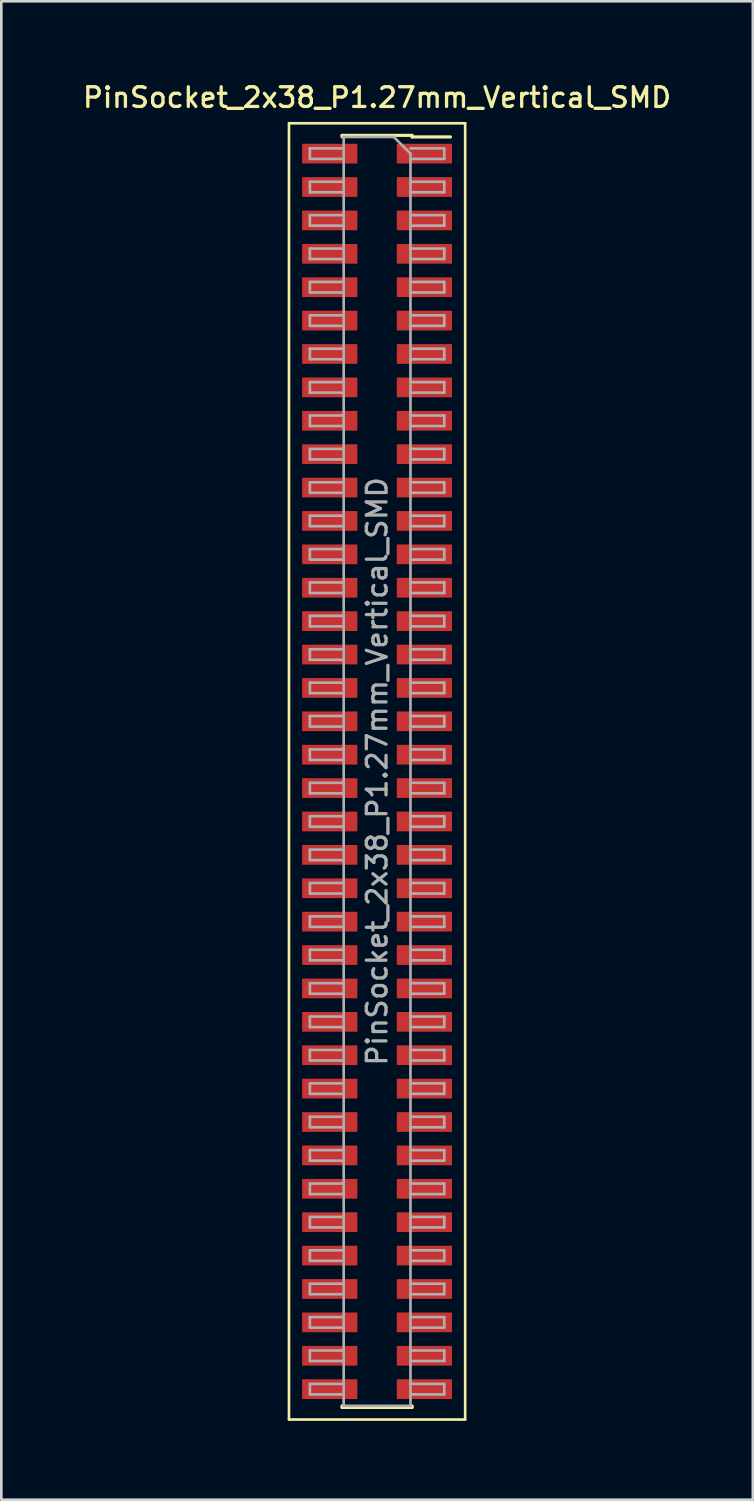
<source format=kicad_pcb>
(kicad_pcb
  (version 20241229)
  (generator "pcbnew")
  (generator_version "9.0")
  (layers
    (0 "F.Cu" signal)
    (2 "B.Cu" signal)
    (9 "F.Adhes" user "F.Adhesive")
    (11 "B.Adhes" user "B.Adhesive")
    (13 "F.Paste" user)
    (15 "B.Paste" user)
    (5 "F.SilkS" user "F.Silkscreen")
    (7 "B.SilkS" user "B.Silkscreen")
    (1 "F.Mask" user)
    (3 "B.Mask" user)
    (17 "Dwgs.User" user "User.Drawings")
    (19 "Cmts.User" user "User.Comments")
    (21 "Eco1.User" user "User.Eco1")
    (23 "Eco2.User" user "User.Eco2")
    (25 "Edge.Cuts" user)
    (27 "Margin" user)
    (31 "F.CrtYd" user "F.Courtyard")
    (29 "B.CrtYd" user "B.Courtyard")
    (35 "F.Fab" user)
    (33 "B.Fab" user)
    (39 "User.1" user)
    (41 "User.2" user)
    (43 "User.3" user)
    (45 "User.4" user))
  (footprint "PinSocket_2x38_P1.27mm_Vertical_SMD"
    (layer "F.Cu")
    (at 11.291 26.288)
    (property "Reference" "PinSocket_2x38_P1.27mm_Vertical_SMD" (at 0 -25.63 0) (layer "F.SilkS") (effects (font (size 0.75 0.75) (thickness 0.125))))
    (attr smd)
    (fp_line (start -3.35 -24.65) (end 3.35 -24.65) (stroke (width 0.1) (type solid)) (layer "F.SilkS"))
    (fp_line (start -3.35 24.65) (end -3.35 -24.65) (stroke (width 0.1) (type solid)) (layer "F.SilkS"))
    (fp_line (start -1.33 -24.19) (end -1.33 -24.13) (stroke (width 0.12) (type solid)) (layer "F.SilkS"))
    (fp_line (start -1.33 -24.19) (end 1.33 -24.19) (stroke (width 0.12) (type solid)) (layer "F.SilkS"))
    (fp_line (start -1.33 24.13) (end -1.33 24.19) (stroke (width 0.12) (type solid)) (layer "F.SilkS"))
    (fp_line (start -1.33 24.19) (end 1.33 24.19) (stroke (width 0.12) (type solid)) (layer "F.SilkS"))
    (fp_line (start 1.33 -24.19) (end 1.33 -24.13) (stroke (width 0.12) (type solid)) (layer "F.SilkS"))
    (fp_line (start 1.33 -24.13) (end 2.79 -24.13) (stroke (width 0.12) (type solid)) (layer "F.SilkS"))
    (fp_line (start 1.33 24.13) (end 1.33 24.19) (stroke (width 0.12) (type solid)) (layer "F.SilkS"))
    (fp_line (start 3.35 -24.65) (end 3.35 24.65) (stroke (width 0.1) (type solid)) (layer "F.SilkS"))
    (fp_line (start 3.35 24.65) (end -3.35 24.65) (stroke (width 0.1) (type solid)) (layer "F.SilkS"))
    (fp_line (start -2.555 -23.695) (end -1.27 -23.695) (stroke (width 0.1) (type solid)) (layer "F.Fab"))
    (fp_line (start -2.555 -23.295) (end -2.555 -23.695) (stroke (width 0.1) (type solid)) (layer "F.Fab"))
    (fp_line (start -2.555 -22.425) (end -1.27 -22.425) (stroke (width 0.1) (type solid)) (layer "F.Fab"))
    (fp_line (start -2.555 -22.025) (end -2.555 -22.425) (stroke (width 0.1) (type solid)) (layer "F.Fab"))
    (fp_line (start -2.555 -21.155) (end -1.27 -21.155) (stroke (width 0.1) (type solid)) (layer "F.Fab"))
    (fp_line (start -2.555 -20.755) (end -2.555 -21.155) (stroke (width 0.1) (type solid)) (layer "F.Fab"))
    (fp_line (start -2.555 -19.885) (end -1.27 -19.885) (stroke (width 0.1) (type solid)) (layer "F.Fab"))
    (fp_line (start -2.555 -19.485) (end -2.555 -19.885) (stroke (width 0.1) (type solid)) (layer "F.Fab"))
    (fp_line (start -2.555 -18.615) (end -1.27 -18.615) (stroke (width 0.1) (type solid)) (layer "F.Fab"))
    (fp_line (start -2.555 -18.215) (end -2.555 -18.615) (stroke (width 0.1) (type solid)) (layer "F.Fab"))
    (fp_line (start -2.555 -17.345) (end -1.27 -17.345) (stroke (width 0.1) (type solid)) (layer "F.Fab"))
    (fp_line (start -2.555 -16.945) (end -2.555 -17.345) (stroke (width 0.1) (type solid)) (layer "F.Fab"))
    (fp_line (start -2.555 -16.075) (end -1.27 -16.075) (stroke (width 0.1) (type solid)) (layer "F.Fab"))
    (fp_line (start -2.555 -15.675) (end -2.555 -16.075) (stroke (width 0.1) (type solid)) (layer "F.Fab"))
    (fp_line (start -2.555 -14.805) (end -1.27 -14.805) (stroke (width 0.1) (type solid)) (layer "F.Fab"))
    (fp_line (start -2.555 -14.405) (end -2.555 -14.805) (stroke (width 0.1) (type solid)) (layer "F.Fab"))
    (fp_line (start -2.555 -13.535) (end -1.27 -13.535) (stroke (width 0.1) (type solid)) (layer "F.Fab"))
    (fp_line (start -2.555 -13.135) (end -2.555 -13.535) (stroke (width 0.1) (type solid)) (layer "F.Fab"))
    (fp_line (start -2.555 -12.265) (end -1.27 -12.265) (stroke (width 0.1) (type solid)) (layer "F.Fab"))
    (fp_line (start -2.555 -11.865) (end -2.555 -12.265) (stroke (width 0.1) (type solid)) (layer "F.Fab"))
    (fp_line (start -2.555 -10.995) (end -1.27 -10.995) (stroke (width 0.1) (type solid)) (layer "F.Fab"))
    (fp_line (start -2.555 -10.595) (end -2.555 -10.995) (stroke (width 0.1) (type solid)) (layer "F.Fab"))
    (fp_line (start -2.555 -9.725) (end -1.27 -9.725) (stroke (width 0.1) (type solid)) (layer "F.Fab"))
    (fp_line (start -2.555 -9.325) (end -2.555 -9.725) (stroke (width 0.1) (type solid)) (layer "F.Fab"))
    (fp_line (start -2.555 -8.455) (end -1.27 -8.455) (stroke (width 0.1) (type solid)) (layer "F.Fab"))
    (fp_line (start -2.555 -8.055) (end -2.555 -8.455) (stroke (width 0.1) (type solid)) (layer "F.Fab"))
    (fp_line (start -2.555 -7.185) (end -1.27 -7.185) (stroke (width 0.1) (type solid)) (layer "F.Fab"))
    (fp_line (start -2.555 -6.785) (end -2.555 -7.185) (stroke (width 0.1) (type solid)) (layer "F.Fab"))
    (fp_line (start -2.555 -5.915) (end -1.27 -5.915) (stroke (width 0.1) (type solid)) (layer "F.Fab"))
    (fp_line (start -2.555 -5.515) (end -2.555 -5.915) (stroke (width 0.1) (type solid)) (layer "F.Fab"))
    (fp_line (start -2.555 -4.645) (end -1.27 -4.645) (stroke (width 0.1) (type solid)) (layer "F.Fab"))
    (fp_line (start -2.555 -4.245) (end -2.555 -4.645) (stroke (width 0.1) (type solid)) (layer "F.Fab"))
    (fp_line (start -2.555 -3.375) (end -1.27 -3.375) (stroke (width 0.1) (type solid)) (layer "F.Fab"))
    (fp_line (start -2.555 -2.975) (end -2.555 -3.375) (stroke (width 0.1) (type solid)) (layer "F.Fab"))
    (fp_line (start -2.555 -2.105) (end -1.27 -2.105) (stroke (width 0.1) (type solid)) (layer "F.Fab"))
    (fp_line (start -2.555 -1.705) (end -2.555 -2.105) (stroke (width 0.1) (type solid)) (layer "F.Fab"))
    (fp_line (start -2.555 -0.835) (end -1.27 -0.835) (stroke (width 0.1) (type solid)) (layer "F.Fab"))
    (fp_line (start -2.555 -0.435) (end -2.555 -0.835) (stroke (width 0.1) (type solid)) (layer "F.Fab"))
    (fp_line (start -2.555 0.435) (end -1.27 0.435) (stroke (width 0.1) (type solid)) (layer "F.Fab"))
    (fp_line (start -2.555 0.835) (end -2.555 0.435) (stroke (width 0.1) (type solid)) (layer "F.Fab"))
    (fp_line (start -2.555 1.705) (end -1.27 1.705) (stroke (width 0.1) (type solid)) (layer "F.Fab"))
    (fp_line (start -2.555 2.105) (end -2.555 1.705) (stroke (width 0.1) (type solid)) (layer "F.Fab"))
    (fp_line (start -2.555 2.975) (end -1.27 2.975) (stroke (width 0.1) (type solid)) (layer "F.Fab"))
    (fp_line (start -2.555 3.375) (end -2.555 2.975) (stroke (width 0.1) (type solid)) (layer "F.Fab"))
    (fp_line (start -2.555 4.245) (end -1.27 4.245) (stroke (width 0.1) (type solid)) (layer "F.Fab"))
    (fp_line (start -2.555 4.645) (end -2.555 4.245) (stroke (width 0.1) (type solid)) (layer "F.Fab"))
    (fp_line (start -2.555 5.515) (end -1.27 5.515) (stroke (width 0.1) (type solid)) (layer "F.Fab"))
    (fp_line (start -2.555 5.915) (end -2.555 5.515) (stroke (width 0.1) (type solid)) (layer "F.Fab"))
    (fp_line (start -2.555 6.785) (end -1.27 6.785) (stroke (width 0.1) (type solid)) (layer "F.Fab"))
    (fp_line (start -2.555 7.185) (end -2.555 6.785) (stroke (width 0.1) (type solid)) (layer "F.Fab"))
    (fp_line (start -2.555 8.055) (end -1.27 8.055) (stroke (width 0.1) (type solid)) (layer "F.Fab"))
    (fp_line (start -2.555 8.455) (end -2.555 8.055) (stroke (width 0.1) (type solid)) (layer "F.Fab"))
    (fp_line (start -2.555 9.325) (end -1.27 9.325) (stroke (width 0.1) (type solid)) (layer "F.Fab"))
    (fp_line (start -2.555 9.725) (end -2.555 9.325) (stroke (width 0.1) (type solid)) (layer "F.Fab"))
    (fp_line (start -2.555 10.595) (end -1.27 10.595) (stroke (width 0.1) (type solid)) (layer "F.Fab"))
    (fp_line (start -2.555 10.995) (end -2.555 10.595) (stroke (width 0.1) (type solid)) (layer "F.Fab"))
    (fp_line (start -2.555 11.865) (end -1.27 11.865) (stroke (width 0.1) (type solid)) (layer "F.Fab"))
    (fp_line (start -2.555 12.265) (end -2.555 11.865) (stroke (width 0.1) (type solid)) (layer "F.Fab"))
    (fp_line (start -2.555 13.135) (end -1.27 13.135) (stroke (width 0.1) (type solid)) (layer "F.Fab"))
    (fp_line (start -2.555 13.535) (end -2.555 13.135) (stroke (width 0.1) (type solid)) (layer "F.Fab"))
    (fp_line (start -2.555 14.405) (end -1.27 14.405) (stroke (width 0.1) (type solid)) (layer "F.Fab"))
    (fp_line (start -2.555 14.805) (end -2.555 14.405) (stroke (width 0.1) (type solid)) (layer "F.Fab"))
    (fp_line (start -2.555 15.675) (end -1.27 15.675) (stroke (width 0.1) (type solid)) (layer "F.Fab"))
    (fp_line (start -2.555 16.075) (end -2.555 15.675) (stroke (width 0.1) (type solid)) (layer "F.Fab"))
    (fp_line (start -2.555 16.945) (end -1.27 16.945) (stroke (width 0.1) (type solid)) (layer "F.Fab"))
    (fp_line (start -2.555 17.345) (end -2.555 16.945) (stroke (width 0.1) (type solid)) (layer "F.Fab"))
    (fp_line (start -2.555 18.215) (end -1.27 18.215) (stroke (width 0.1) (type solid)) (layer "F.Fab"))
    (fp_line (start -2.555 18.615) (end -2.555 18.215) (stroke (width 0.1) (type solid)) (layer "F.Fab"))
    (fp_line (start -2.555 19.485) (end -1.27 19.485) (stroke (width 0.1) (type solid)) (layer "F.Fab"))
    (fp_line (start -2.555 19.885) (end -2.555 19.485) (stroke (width 0.1) (type solid)) (layer "F.Fab"))
    (fp_line (start -2.555 20.755) (end -1.27 20.755) (stroke (width 0.1) (type solid)) (layer "F.Fab"))
    (fp_line (start -2.555 21.155) (end -2.555 20.755) (stroke (width 0.1) (type solid)) (layer "F.Fab"))
    (fp_line (start -2.555 22.025) (end -1.27 22.025) (stroke (width 0.1) (type solid)) (layer "F.Fab"))
    (fp_line (start -2.555 22.425) (end -2.555 22.025) (stroke (width 0.1) (type solid)) (layer "F.Fab"))
    (fp_line (start -2.555 23.295) (end -1.27 23.295) (stroke (width 0.1) (type solid)) (layer "F.Fab"))
    (fp_line (start -2.555 23.695) (end -2.555 23.295) (stroke (width 0.1) (type solid)) (layer "F.Fab"))
    (fp_line (start -1.27 -24.13) (end 0.635 -24.13) (stroke (width 0.1) (type solid)) (layer "F.Fab"))
    (fp_line (start -1.27 -23.295) (end -2.555 -23.295) (stroke (width 0.1) (type solid)) (layer "F.Fab"))
    (fp_line (start -1.27 -22.025) (end -2.555 -22.025) (stroke (width 0.1) (type solid)) (layer "F.Fab"))
    (fp_line (start -1.27 -20.755) (end -2.555 -20.755) (stroke (width 0.1) (type solid)) (layer "F.Fab"))
    (fp_line (start -1.27 -19.485) (end -2.555 -19.485) (stroke (width 0.1) (type solid)) (layer "F.Fab"))
    (fp_line (start -1.27 -18.215) (end -2.555 -18.215) (stroke (width 0.1) (type solid)) (layer "F.Fab"))
    (fp_line (start -1.27 -16.945) (end -2.555 -16.945) (stroke (width 0.1) (type solid)) (layer "F.Fab"))
    (fp_line (start -1.27 -15.675) (end -2.555 -15.675) (stroke (width 0.1) (type solid)) (layer "F.Fab"))
    (fp_line (start -1.27 -14.405) (end -2.555 -14.405) (stroke (width 0.1) (type solid)) (layer "F.Fab"))
    (fp_line (start -1.27 -13.135) (end -2.555 -13.135) (stroke (width 0.1) (type solid)) (layer "F.Fab"))
    (fp_line (start -1.27 -11.865) (end -2.555 -11.865) (stroke (width 0.1) (type solid)) (layer "F.Fab"))
    (fp_line (start -1.27 -10.595) (end -2.555 -10.595) (stroke (width 0.1) (type solid)) (layer "F.Fab"))
    (fp_line (start -1.27 -9.325) (end -2.555 -9.325) (stroke (width 0.1) (type solid)) (layer "F.Fab"))
    (fp_line (start -1.27 -8.055) (end -2.555 -8.055) (stroke (width 0.1) (type solid)) (layer "F.Fab"))
    (fp_line (start -1.27 -6.785) (end -2.555 -6.785) (stroke (width 0.1) (type solid)) (layer "F.Fab"))
    (fp_line (start -1.27 -5.515) (end -2.555 -5.515) (stroke (width 0.1) (type solid)) (layer "F.Fab"))
    (fp_line (start -1.27 -4.245) (end -2.555 -4.245) (stroke (width 0.1) (type solid)) (layer "F.Fab"))
    (fp_line (start -1.27 -2.975) (end -2.555 -2.975) (stroke (width 0.1) (type solid)) (layer "F.Fab"))
    (fp_line (start -1.27 -1.705) (end -2.555 -1.705) (stroke (width 0.1) (type solid)) (layer "F.Fab"))
    (fp_line (start -1.27 -0.435) (end -2.555 -0.435) (stroke (width 0.1) (type solid)) (layer "F.Fab"))
    (fp_line (start -1.27 0.835) (end -2.555 0.835) (stroke (width 0.1) (type solid)) (layer "F.Fab"))
    (fp_line (start -1.27 2.105) (end -2.555 2.105) (stroke (width 0.1) (type solid)) (layer "F.Fab"))
    (fp_line (start -1.27 3.375) (end -2.555 3.375) (stroke (width 0.1) (type solid)) (layer "F.Fab"))
    (fp_line (start -1.27 4.645) (end -2.555 4.645) (stroke (width 0.1) (type solid)) (layer "F.Fab"))
    (fp_line (start -1.27 5.915) (end -2.555 5.915) (stroke (width 0.1) (type solid)) (layer "F.Fab"))
    (fp_line (start -1.27 7.185) (end -2.555 7.185) (stroke (width 0.1) (type solid)) (layer "F.Fab"))
    (fp_line (start -1.27 8.455) (end -2.555 8.455) (stroke (width 0.1) (type solid)) (layer "F.Fab"))
    (fp_line (start -1.27 9.725) (end -2.555 9.725) (stroke (width 0.1) (type solid)) (layer "F.Fab"))
    (fp_line (start -1.27 10.995) (end -2.555 10.995) (stroke (width 0.1) (type solid)) (layer "F.Fab"))
    (fp_line (start -1.27 12.265) (end -2.555 12.265) (stroke (width 0.1) (type solid)) (layer "F.Fab"))
    (fp_line (start -1.27 13.535) (end -2.555 13.535) (stroke (width 0.1) (type solid)) (layer "F.Fab"))
    (fp_line (start -1.27 14.805) (end -2.555 14.805) (stroke (width 0.1) (type solid)) (layer "F.Fab"))
    (fp_line (start -1.27 16.075) (end -2.555 16.075) (stroke (width 0.1) (type solid)) (layer "F.Fab"))
    (fp_line (start -1.27 17.345) (end -2.555 17.345) (stroke (width 0.1) (type solid)) (layer "F.Fab"))
    (fp_line (start -1.27 18.615) (end -2.555 18.615) (stroke (width 0.1) (type solid)) (layer "F.Fab"))
    (fp_line (start -1.27 19.885) (end -2.555 19.885) (stroke (width 0.1) (type solid)) (layer "F.Fab"))
    (fp_line (start -1.27 21.155) (end -2.555 21.155) (stroke (width 0.1) (type solid)) (layer "F.Fab"))
    (fp_line (start -1.27 22.425) (end -2.555 22.425) (stroke (width 0.1) (type solid)) (layer "F.Fab"))
    (fp_line (start -1.27 23.695) (end -2.555 23.695) (stroke (width 0.1) (type solid)) (layer "F.Fab"))
    (fp_line (start -1.27 24.13) (end -1.27 -24.13) (stroke (width 0.1) (type solid)) (layer "F.Fab"))
    (fp_line (start 0.635 -24.13) (end 1.27 -23.495) (stroke (width 0.1) (type solid)) (layer "F.Fab"))
    (fp_line (start 1.27 -23.695) (end 2.555 -23.695) (stroke (width 0.1) (type solid)) (layer "F.Fab"))
    (fp_line (start 1.27 -23.495) (end 1.27 24.13) (stroke (width 0.1) (type solid)) (layer "F.Fab"))
    (fp_line (start 1.27 -22.425) (end 2.555 -22.425) (stroke (width 0.1) (type solid)) (layer "F.Fab"))
    (fp_line (start 1.27 -21.155) (end 2.555 -21.155) (stroke (width 0.1) (type solid)) (layer "F.Fab"))
    (fp_line (start 1.27 -19.885) (end 2.555 -19.885) (stroke (width 0.1) (type solid)) (layer "F.Fab"))
    (fp_line (start 1.27 -18.615) (end 2.555 -18.615) (stroke (width 0.1) (type solid)) (layer "F.Fab"))
    (fp_line (start 1.27 -17.345) (end 2.555 -17.345) (stroke (width 0.1) (type solid)) (layer "F.Fab"))
    (fp_line (start 1.27 -16.075) (end 2.555 -16.075) (stroke (width 0.1) (type solid)) (layer "F.Fab"))
    (fp_line (start 1.27 -14.805) (end 2.555 -14.805) (stroke (width 0.1) (type solid)) (layer "F.Fab"))
    (fp_line (start 1.27 -13.535) (end 2.555 -13.535) (stroke (width 0.1) (type solid)) (layer "F.Fab"))
    (fp_line (start 1.27 -12.265) (end 2.555 -12.265) (stroke (width 0.1) (type solid)) (layer "F.Fab"))
    (fp_line (start 1.27 -10.995) (end 2.555 -10.995) (stroke (width 0.1) (type solid)) (layer "F.Fab"))
    (fp_line (start 1.27 -9.725) (end 2.555 -9.725) (stroke (width 0.1) (type solid)) (layer "F.Fab"))
    (fp_line (start 1.27 -8.455) (end 2.555 -8.455) (stroke (width 0.1) (type solid)) (layer "F.Fab"))
    (fp_line (start 1.27 -7.185) (end 2.555 -7.185) (stroke (width 0.1) (type solid)) (layer "F.Fab"))
    (fp_line (start 1.27 -5.915) (end 2.555 -5.915) (stroke (width 0.1) (type solid)) (layer "F.Fab"))
    (fp_line (start 1.27 -4.645) (end 2.555 -4.645) (stroke (width 0.1) (type solid)) (layer "F.Fab"))
    (fp_line (start 1.27 -3.375) (end 2.555 -3.375) (stroke (width 0.1) (type solid)) (layer "F.Fab"))
    (fp_line (start 1.27 -2.105) (end 2.555 -2.105) (stroke (width 0.1) (type solid)) (layer "F.Fab"))
    (fp_line (start 1.27 -0.835) (end 2.555 -0.835) (stroke (width 0.1) (type solid)) (layer "F.Fab"))
    (fp_line (start 1.27 0.435) (end 2.555 0.435) (stroke (width 0.1) (type solid)) (layer "F.Fab"))
    (fp_line (start 1.27 1.705) (end 2.555 1.705) (stroke (width 0.1) (type solid)) (layer "F.Fab"))
    (fp_line (start 1.27 2.975) (end 2.555 2.975) (stroke (width 0.1) (type solid)) (layer "F.Fab"))
    (fp_line (start 1.27 4.245) (end 2.555 4.245) (stroke (width 0.1) (type solid)) (layer "F.Fab"))
    (fp_line (start 1.27 5.515) (end 2.555 5.515) (stroke (width 0.1) (type solid)) (layer "F.Fab"))
    (fp_line (start 1.27 6.785) (end 2.555 6.785) (stroke (width 0.1) (type solid)) (layer "F.Fab"))
    (fp_line (start 1.27 8.055) (end 2.555 8.055) (stroke (width 0.1) (type solid)) (layer "F.Fab"))
    (fp_line (start 1.27 9.325) (end 2.555 9.325) (stroke (width 0.1) (type solid)) (layer "F.Fab"))
    (fp_line (start 1.27 10.595) (end 2.555 10.595) (stroke (width 0.1) (type solid)) (layer "F.Fab"))
    (fp_line (start 1.27 11.865) (end 2.555 11.865) (stroke (width 0.1) (type solid)) (layer "F.Fab"))
    (fp_line (start 1.27 13.135) (end 2.555 13.135) (stroke (width 0.1) (type solid)) (layer "F.Fab"))
    (fp_line (start 1.27 14.405) (end 2.555 14.405) (stroke (width 0.1) (type solid)) (layer "F.Fab"))
    (fp_line (start 1.27 15.675) (end 2.555 15.675) (stroke (width 0.1) (type solid)) (layer "F.Fab"))
    (fp_line (start 1.27 16.945) (end 2.555 16.945) (stroke (width 0.1) (type solid)) (layer "F.Fab"))
    (fp_line (start 1.27 18.215) (end 2.555 18.215) (stroke (width 0.1) (type solid)) (layer "F.Fab"))
    (fp_line (start 1.27 19.485) (end 2.555 19.485) (stroke (width 0.1) (type solid)) (layer "F.Fab"))
    (fp_line (start 1.27 20.755) (end 2.555 20.755) (stroke (width 0.1) (type solid)) (layer "F.Fab"))
    (fp_line (start 1.27 22.025) (end 2.555 22.025) (stroke (width 0.1) (type solid)) (layer "F.Fab"))
    (fp_line (start 1.27 23.295) (end 2.555 23.295) (stroke (width 0.1) (type solid)) (layer "F.Fab"))
    (fp_line (start 1.27 24.13) (end -1.27 24.13) (stroke (width 0.1) (type solid)) (layer "F.Fab"))
    (fp_line (start 2.555 -23.695) (end 2.555 -23.295) (stroke (width 0.1) (type solid)) (layer "F.Fab"))
    (fp_line (start 2.555 -23.295) (end 1.27 -23.295) (stroke (width 0.1) (type solid)) (layer "F.Fab"))
    (fp_line (start 2.555 -22.425) (end 2.555 -22.025) (stroke (width 0.1) (type solid)) (layer "F.Fab"))
    (fp_line (start 2.555 -22.025) (end 1.27 -22.025) (stroke (width 0.1) (type solid)) (layer "F.Fab"))
    (fp_line (start 2.555 -21.155) (end 2.555 -20.755) (stroke (width 0.1) (type solid)) (layer "F.Fab"))
    (fp_line (start 2.555 -20.755) (end 1.27 -20.755) (stroke (width 0.1) (type solid)) (layer "F.Fab"))
    (fp_line (start 2.555 -19.885) (end 2.555 -19.485) (stroke (width 0.1) (type solid)) (layer "F.Fab"))
    (fp_line (start 2.555 -19.485) (end 1.27 -19.485) (stroke (width 0.1) (type solid)) (layer "F.Fab"))
    (fp_line (start 2.555 -18.615) (end 2.555 -18.215) (stroke (width 0.1) (type solid)) (layer "F.Fab"))
    (fp_line (start 2.555 -18.215) (end 1.27 -18.215) (stroke (width 0.1) (type solid)) (layer "F.Fab"))
    (fp_line (start 2.555 -17.345) (end 2.555 -16.945) (stroke (width 0.1) (type solid)) (layer "F.Fab"))
    (fp_line (start 2.555 -16.945) (end 1.27 -16.945) (stroke (width 0.1) (type solid)) (layer "F.Fab"))
    (fp_line (start 2.555 -16.075) (end 2.555 -15.675) (stroke (width 0.1) (type solid)) (layer "F.Fab"))
    (fp_line (start 2.555 -15.675) (end 1.27 -15.675) (stroke (width 0.1) (type solid)) (layer "F.Fab"))
    (fp_line (start 2.555 -14.805) (end 2.555 -14.405) (stroke (width 0.1) (type solid)) (layer "F.Fab"))
    (fp_line (start 2.555 -14.405) (end 1.27 -14.405) (stroke (width 0.1) (type solid)) (layer "F.Fab"))
    (fp_line (start 2.555 -13.535) (end 2.555 -13.135) (stroke (width 0.1) (type solid)) (layer "F.Fab"))
    (fp_line (start 2.555 -13.135) (end 1.27 -13.135) (stroke (width 0.1) (type solid)) (layer "F.Fab"))
    (fp_line (start 2.555 -12.265) (end 2.555 -11.865) (stroke (width 0.1) (type solid)) (layer "F.Fab"))
    (fp_line (start 2.555 -11.865) (end 1.27 -11.865) (stroke (width 0.1) (type solid)) (layer "F.Fab"))
    (fp_line (start 2.555 -10.995) (end 2.555 -10.595) (stroke (width 0.1) (type solid)) (layer "F.Fab"))
    (fp_line (start 2.555 -10.595) (end 1.27 -10.595) (stroke (width 0.1) (type solid)) (layer "F.Fab"))
    (fp_line (start 2.555 -9.725) (end 2.555 -9.325) (stroke (width 0.1) (type solid)) (layer "F.Fab"))
    (fp_line (start 2.555 -9.325) (end 1.27 -9.325) (stroke (width 0.1) (type solid)) (layer "F.Fab"))
    (fp_line (start 2.555 -8.455) (end 2.555 -8.055) (stroke (width 0.1) (type solid)) (layer "F.Fab"))
    (fp_line (start 2.555 -8.055) (end 1.27 -8.055) (stroke (width 0.1) (type solid)) (layer "F.Fab"))
    (fp_line (start 2.555 -7.185) (end 2.555 -6.785) (stroke (width 0.1) (type solid)) (layer "F.Fab"))
    (fp_line (start 2.555 -6.785) (end 1.27 -6.785) (stroke (width 0.1) (type solid)) (layer "F.Fab"))
    (fp_line (start 2.555 -5.915) (end 2.555 -5.515) (stroke (width 0.1) (type solid)) (layer "F.Fab"))
    (fp_line (start 2.555 -5.515) (end 1.27 -5.515) (stroke (width 0.1) (type solid)) (layer "F.Fab"))
    (fp_line (start 2.555 -4.645) (end 2.555 -4.245) (stroke (width 0.1) (type solid)) (layer "F.Fab"))
    (fp_line (start 2.555 -4.245) (end 1.27 -4.245) (stroke (width 0.1) (type solid)) (layer "F.Fab"))
    (fp_line (start 2.555 -3.375) (end 2.555 -2.975) (stroke (width 0.1) (type solid)) (layer "F.Fab"))
    (fp_line (start 2.555 -2.975) (end 1.27 -2.975) (stroke (width 0.1) (type solid)) (layer "F.Fab"))
    (fp_line (start 2.555 -2.105) (end 2.555 -1.705) (stroke (width 0.1) (type solid)) (layer "F.Fab"))
    (fp_line (start 2.555 -1.705) (end 1.27 -1.705) (stroke (width 0.1) (type solid)) (layer "F.Fab"))
    (fp_line (start 2.555 -0.835) (end 2.555 -0.435) (stroke (width 0.1) (type solid)) (layer "F.Fab"))
    (fp_line (start 2.555 -0.435) (end 1.27 -0.435) (stroke (width 0.1) (type solid)) (layer "F.Fab"))
    (fp_line (start 2.555 0.435) (end 2.555 0.835) (stroke (width 0.1) (type solid)) (layer "F.Fab"))
    (fp_line (start 2.555 0.835) (end 1.27 0.835) (stroke (width 0.1) (type solid)) (layer "F.Fab"))
    (fp_line (start 2.555 1.705) (end 2.555 2.105) (stroke (width 0.1) (type solid)) (layer "F.Fab"))
    (fp_line (start 2.555 2.105) (end 1.27 2.105) (stroke (width 0.1) (type solid)) (layer "F.Fab"))
    (fp_line (start 2.555 2.975) (end 2.555 3.375) (stroke (width 0.1) (type solid)) (layer "F.Fab"))
    (fp_line (start 2.555 3.375) (end 1.27 3.375) (stroke (width 0.1) (type solid)) (layer "F.Fab"))
    (fp_line (start 2.555 4.245) (end 2.555 4.645) (stroke (width 0.1) (type solid)) (layer "F.Fab"))
    (fp_line (start 2.555 4.645) (end 1.27 4.645) (stroke (width 0.1) (type solid)) (layer "F.Fab"))
    (fp_line (start 2.555 5.515) (end 2.555 5.915) (stroke (width 0.1) (type solid)) (layer "F.Fab"))
    (fp_line (start 2.555 5.915) (end 1.27 5.915) (stroke (width 0.1) (type solid)) (layer "F.Fab"))
    (fp_line (start 2.555 6.785) (end 2.555 7.185) (stroke (width 0.1) (type solid)) (layer "F.Fab"))
    (fp_line (start 2.555 7.185) (end 1.27 7.185) (stroke (width 0.1) (type solid)) (layer "F.Fab"))
    (fp_line (start 2.555 8.055) (end 2.555 8.455) (stroke (width 0.1) (type solid)) (layer "F.Fab"))
    (fp_line (start 2.555 8.455) (end 1.27 8.455) (stroke (width 0.1) (type solid)) (layer "F.Fab"))
    (fp_line (start 2.555 9.325) (end 2.555 9.725) (stroke (width 0.1) (type solid)) (layer "F.Fab"))
    (fp_line (start 2.555 9.725) (end 1.27 9.725) (stroke (width 0.1) (type solid)) (layer "F.Fab"))
    (fp_line (start 2.555 10.595) (end 2.555 10.995) (stroke (width 0.1) (type solid)) (layer "F.Fab"))
    (fp_line (start 2.555 10.995) (end 1.27 10.995) (stroke (width 0.1) (type solid)) (layer "F.Fab"))
    (fp_line (start 2.555 11.865) (end 2.555 12.265) (stroke (width 0.1) (type solid)) (layer "F.Fab"))
    (fp_line (start 2.555 12.265) (end 1.27 12.265) (stroke (width 0.1) (type solid)) (layer "F.Fab"))
    (fp_line (start 2.555 13.135) (end 2.555 13.535) (stroke (width 0.1) (type solid)) (layer "F.Fab"))
    (fp_line (start 2.555 13.535) (end 1.27 13.535) (stroke (width 0.1) (type solid)) (layer "F.Fab"))
    (fp_line (start 2.555 14.405) (end 2.555 14.805) (stroke (width 0.1) (type solid)) (layer "F.Fab"))
    (fp_line (start 2.555 14.805) (end 1.27 14.805) (stroke (width 0.1) (type solid)) (layer "F.Fab"))
    (fp_line (start 2.555 15.675) (end 2.555 16.075) (stroke (width 0.1) (type solid)) (layer "F.Fab"))
    (fp_line (start 2.555 16.075) (end 1.27 16.075) (stroke (width 0.1) (type solid)) (layer "F.Fab"))
    (fp_line (start 2.555 16.945) (end 2.555 17.345) (stroke (width 0.1) (type solid)) (layer "F.Fab"))
    (fp_line (start 2.555 17.345) (end 1.27 17.345) (stroke (width 0.1) (type solid)) (layer "F.Fab"))
    (fp_line (start 2.555 18.215) (end 2.555 18.615) (stroke (width 0.1) (type solid)) (layer "F.Fab"))
    (fp_line (start 2.555 18.615) (end 1.27 18.615) (stroke (width 0.1) (type solid)) (layer "F.Fab"))
    (fp_line (start 2.555 19.485) (end 2.555 19.885) (stroke (width 0.1) (type solid)) (layer "F.Fab"))
    (fp_line (start 2.555 19.885) (end 1.27 19.885) (stroke (width 0.1) (type solid)) (layer "F.Fab"))
    (fp_line (start 2.555 20.755) (end 2.555 21.155) (stroke (width 0.1) (type solid)) (layer "F.Fab"))
    (fp_line (start 2.555 21.155) (end 1.27 21.155) (stroke (width 0.1) (type solid)) (layer "F.Fab"))
    (fp_line (start 2.555 22.025) (end 2.555 22.425) (stroke (width 0.1) (type solid)) (layer "F.Fab"))
    (fp_line (start 2.555 22.425) (end 1.27 22.425) (stroke (width 0.1) (type solid)) (layer "F.Fab"))
    (fp_line (start 2.555 23.295) (end 2.555 23.695) (stroke (width 0.1) (type solid)) (layer "F.Fab"))
    (fp_line (start 2.555 23.695) (end 1.27 23.695) (stroke (width 0.1) (type solid)) (layer "F.Fab"))
    (fp_text user "${REFERENCE}" (at 0 0 90) (layer "F.Fab") (effects (font (size 0.75 0.75) (thickness 0.125))))
    (pad "1" smd rect (at 1.8 -23.495) (size 2.1 0.75) (layers "F.Cu" "F.Mask" "F.Paste"))
    (pad "2" smd rect (at -1.8 -23.495) (size 2.1 0.75) (layers "F.Cu" "F.Mask" "F.Paste"))
    (pad "3" smd rect (at 1.8 -22.225) (size 2.1 0.75) (layers "F.Cu" "F.Mask" "F.Paste"))
    (pad "4" smd rect (at -1.8 -22.225) (size 2.1 0.75) (layers "F.Cu" "F.Mask" "F.Paste"))
    (pad "5" smd rect (at 1.8 -20.955) (size 2.1 0.75) (layers "F.Cu" "F.Mask" "F.Paste"))
    (pad "6" smd rect (at -1.8 -20.955) (size 2.1 0.75) (layers "F.Cu" "F.Mask" "F.Paste"))
    (pad "7" smd rect (at 1.8 -19.685) (size 2.1 0.75) (layers "F.Cu" "F.Mask" "F.Paste"))
    (pad "8" smd rect (at -1.8 -19.685) (size 2.1 0.75) (layers "F.Cu" "F.Mask" "F.Paste"))
    (pad "9" smd rect (at 1.8 -18.415) (size 2.1 0.75) (layers "F.Cu" "F.Mask" "F.Paste"))
    (pad "10" smd rect (at -1.8 -18.415) (size 2.1 0.75) (layers "F.Cu" "F.Mask" "F.Paste"))
    (pad "11" smd rect (at 1.8 -17.145) (size 2.1 0.75) (layers "F.Cu" "F.Mask" "F.Paste"))
    (pad "12" smd rect (at -1.8 -17.145) (size 2.1 0.75) (layers "F.Cu" "F.Mask" "F.Paste"))
    (pad "13" smd rect (at 1.8 -15.875) (size 2.1 0.75) (layers "F.Cu" "F.Mask" "F.Paste"))
    (pad "14" smd rect (at -1.8 -15.875) (size 2.1 0.75) (layers "F.Cu" "F.Mask" "F.Paste"))
    (pad "15" smd rect (at 1.8 -14.605) (size 2.1 0.75) (layers "F.Cu" "F.Mask" "F.Paste"))
    (pad "16" smd rect (at -1.8 -14.605) (size 2.1 0.75) (layers "F.Cu" "F.Mask" "F.Paste"))
    (pad "17" smd rect (at 1.8 -13.335) (size 2.1 0.75) (layers "F.Cu" "F.Mask" "F.Paste"))
    (pad "18" smd rect (at -1.8 -13.335) (size 2.1 0.75) (layers "F.Cu" "F.Mask" "F.Paste"))
    (pad "19" smd rect (at 1.8 -12.065) (size 2.1 0.75) (layers "F.Cu" "F.Mask" "F.Paste"))
    (pad "20" smd rect (at -1.8 -12.065) (size 2.1 0.75) (layers "F.Cu" "F.Mask" "F.Paste"))
    (pad "21" smd rect (at 1.8 -10.795) (size 2.1 0.75) (layers "F.Cu" "F.Mask" "F.Paste"))
    (pad "22" smd rect (at -1.8 -10.795) (size 2.1 0.75) (layers "F.Cu" "F.Mask" "F.Paste"))
    (pad "23" smd rect (at 1.8 -9.525) (size 2.1 0.75) (layers "F.Cu" "F.Mask" "F.Paste"))
    (pad "24" smd rect (at -1.8 -9.525) (size 2.1 0.75) (layers "F.Cu" "F.Mask" "F.Paste"))
    (pad "25" smd rect (at 1.8 -8.255) (size 2.1 0.75) (layers "F.Cu" "F.Mask" "F.Paste"))
    (pad "26" smd rect (at -1.8 -8.255) (size 2.1 0.75) (layers "F.Cu" "F.Mask" "F.Paste"))
    (pad "27" smd rect (at 1.8 -6.985) (size 2.1 0.75) (layers "F.Cu" "F.Mask" "F.Paste"))
    (pad "28" smd rect (at -1.8 -6.985) (size 2.1 0.75) (layers "F.Cu" "F.Mask" "F.Paste"))
    (pad "29" smd rect (at 1.8 -5.715) (size 2.1 0.75) (layers "F.Cu" "F.Mask" "F.Paste"))
    (pad "30" smd rect (at -1.8 -5.715) (size 2.1 0.75) (layers "F.Cu" "F.Mask" "F.Paste"))
    (pad "31" smd rect (at 1.8 -4.445) (size 2.1 0.75) (layers "F.Cu" "F.Mask" "F.Paste"))
    (pad "32" smd rect (at -1.8 -4.445) (size 2.1 0.75) (layers "F.Cu" "F.Mask" "F.Paste"))
    (pad "33" smd rect (at 1.8 -3.175) (size 2.1 0.75) (layers "F.Cu" "F.Mask" "F.Paste"))
    (pad "34" smd rect (at -1.8 -3.175) (size 2.1 0.75) (layers "F.Cu" "F.Mask" "F.Paste"))
    (pad "35" smd rect (at 1.8 -1.905) (size 2.1 0.75) (layers "F.Cu" "F.Mask" "F.Paste"))
    (pad "36" smd rect (at -1.8 -1.905) (size 2.1 0.75) (layers "F.Cu" "F.Mask" "F.Paste"))
    (pad "37" smd rect (at 1.8 -0.635) (size 2.1 0.75) (layers "F.Cu" "F.Mask" "F.Paste"))
    (pad "38" smd rect (at -1.8 -0.635) (size 2.1 0.75) (layers "F.Cu" "F.Mask" "F.Paste"))
    (pad "39" smd rect (at 1.8 0.635) (size 2.1 0.75) (layers "F.Cu" "F.Mask" "F.Paste"))
    (pad "40" smd rect (at -1.8 0.635) (size 2.1 0.75) (layers "F.Cu" "F.Mask" "F.Paste"))
    (pad "41" smd rect (at 1.8 1.905) (size 2.1 0.75) (layers "F.Cu" "F.Mask" "F.Paste"))
    (pad "42" smd rect (at -1.8 1.905) (size 2.1 0.75) (layers "F.Cu" "F.Mask" "F.Paste"))
    (pad "43" smd rect (at 1.8 3.175) (size 2.1 0.75) (layers "F.Cu" "F.Mask" "F.Paste"))
    (pad "44" smd rect (at -1.8 3.175) (size 2.1 0.75) (layers "F.Cu" "F.Mask" "F.Paste"))
    (pad "45" smd rect (at 1.8 4.445) (size 2.1 0.75) (layers "F.Cu" "F.Mask" "F.Paste"))
    (pad "46" smd rect (at -1.8 4.445) (size 2.1 0.75) (layers "F.Cu" "F.Mask" "F.Paste"))
    (pad "47" smd rect (at 1.8 5.715) (size 2.1 0.75) (layers "F.Cu" "F.Mask" "F.Paste"))
    (pad "48" smd rect (at -1.8 5.715) (size 2.1 0.75) (layers "F.Cu" "F.Mask" "F.Paste"))
    (pad "49" smd rect (at 1.8 6.985) (size 2.1 0.75) (layers "F.Cu" "F.Mask" "F.Paste"))
    (pad "50" smd rect (at -1.8 6.985) (size 2.1 0.75) (layers "F.Cu" "F.Mask" "F.Paste"))
    (pad "51" smd rect (at 1.8 8.255) (size 2.1 0.75) (layers "F.Cu" "F.Mask" "F.Paste"))
    (pad "52" smd rect (at -1.8 8.255) (size 2.1 0.75) (layers "F.Cu" "F.Mask" "F.Paste"))
    (pad "53" smd rect (at 1.8 9.525) (size 2.1 0.75) (layers "F.Cu" "F.Mask" "F.Paste"))
    (pad "54" smd rect (at -1.8 9.525) (size 2.1 0.75) (layers "F.Cu" "F.Mask" "F.Paste"))
    (pad "55" smd rect (at 1.8 10.795) (size 2.1 0.75) (layers "F.Cu" "F.Mask" "F.Paste"))
    (pad "56" smd rect (at -1.8 10.795) (size 2.1 0.75) (layers "F.Cu" "F.Mask" "F.Paste"))
    (pad "57" smd rect (at 1.8 12.065) (size 2.1 0.75) (layers "F.Cu" "F.Mask" "F.Paste"))
    (pad "58" smd rect (at -1.8 12.065) (size 2.1 0.75) (layers "F.Cu" "F.Mask" "F.Paste"))
    (pad "59" smd rect (at 1.8 13.335) (size 2.1 0.75) (layers "F.Cu" "F.Mask" "F.Paste"))
    (pad "60" smd rect (at -1.8 13.335) (size 2.1 0.75) (layers "F.Cu" "F.Mask" "F.Paste"))
    (pad "61" smd rect (at 1.8 14.605) (size 2.1 0.75) (layers "F.Cu" "F.Mask" "F.Paste"))
    (pad "62" smd rect (at -1.8 14.605) (size 2.1 0.75) (layers "F.Cu" "F.Mask" "F.Paste"))
    (pad "63" smd rect (at 1.8 15.875) (size 2.1 0.75) (layers "F.Cu" "F.Mask" "F.Paste"))
    (pad "64" smd rect (at -1.8 15.875) (size 2.1 0.75) (layers "F.Cu" "F.Mask" "F.Paste"))
    (pad "65" smd rect (at 1.8 17.145) (size 2.1 0.75) (layers "F.Cu" "F.Mask" "F.Paste"))
    (pad "66" smd rect (at -1.8 17.145) (size 2.1 0.75) (layers "F.Cu" "F.Mask" "F.Paste"))
    (pad "67" smd rect (at 1.8 18.415) (size 2.1 0.75) (layers "F.Cu" "F.Mask" "F.Paste"))
    (pad "68" smd rect (at -1.8 18.415) (size 2.1 0.75) (layers "F.Cu" "F.Mask" "F.Paste"))
    (pad "69" smd rect (at 1.8 19.685) (size 2.1 0.75) (layers "F.Cu" "F.Mask" "F.Paste"))
    (pad "70" smd rect (at -1.8 19.685) (size 2.1 0.75) (layers "F.Cu" "F.Mask" "F.Paste"))
    (pad "71" smd rect (at 1.8 20.955) (size 2.1 0.75) (layers "F.Cu" "F.Mask" "F.Paste"))
    (pad "72" smd rect (at -1.8 20.955) (size 2.1 0.75) (layers "F.Cu" "F.Mask" "F.Paste"))
    (pad "73" smd rect (at 1.8 22.225) (size 2.1 0.75) (layers "F.Cu" "F.Mask" "F.Paste"))
    (pad "74" smd rect (at -1.8 22.225) (size 2.1 0.75) (layers "F.Cu" "F.Mask" "F.Paste"))
    (pad "75" smd rect (at 1.8 23.495) (size 2.1 0.75) (layers "F.Cu" "F.Mask" "F.Paste"))
    (pad "76" smd rect (at -1.8 23.495) (size 2.1 0.75) (layers "F.Cu" "F.Mask" "F.Paste")))
  (gr_rect
    (start -3 -3)
    (end 25.582 53.988)
    (stroke (width 0.1) (type default))
    (fill no)
    (layer "Edge.Cuts")))
</source>
